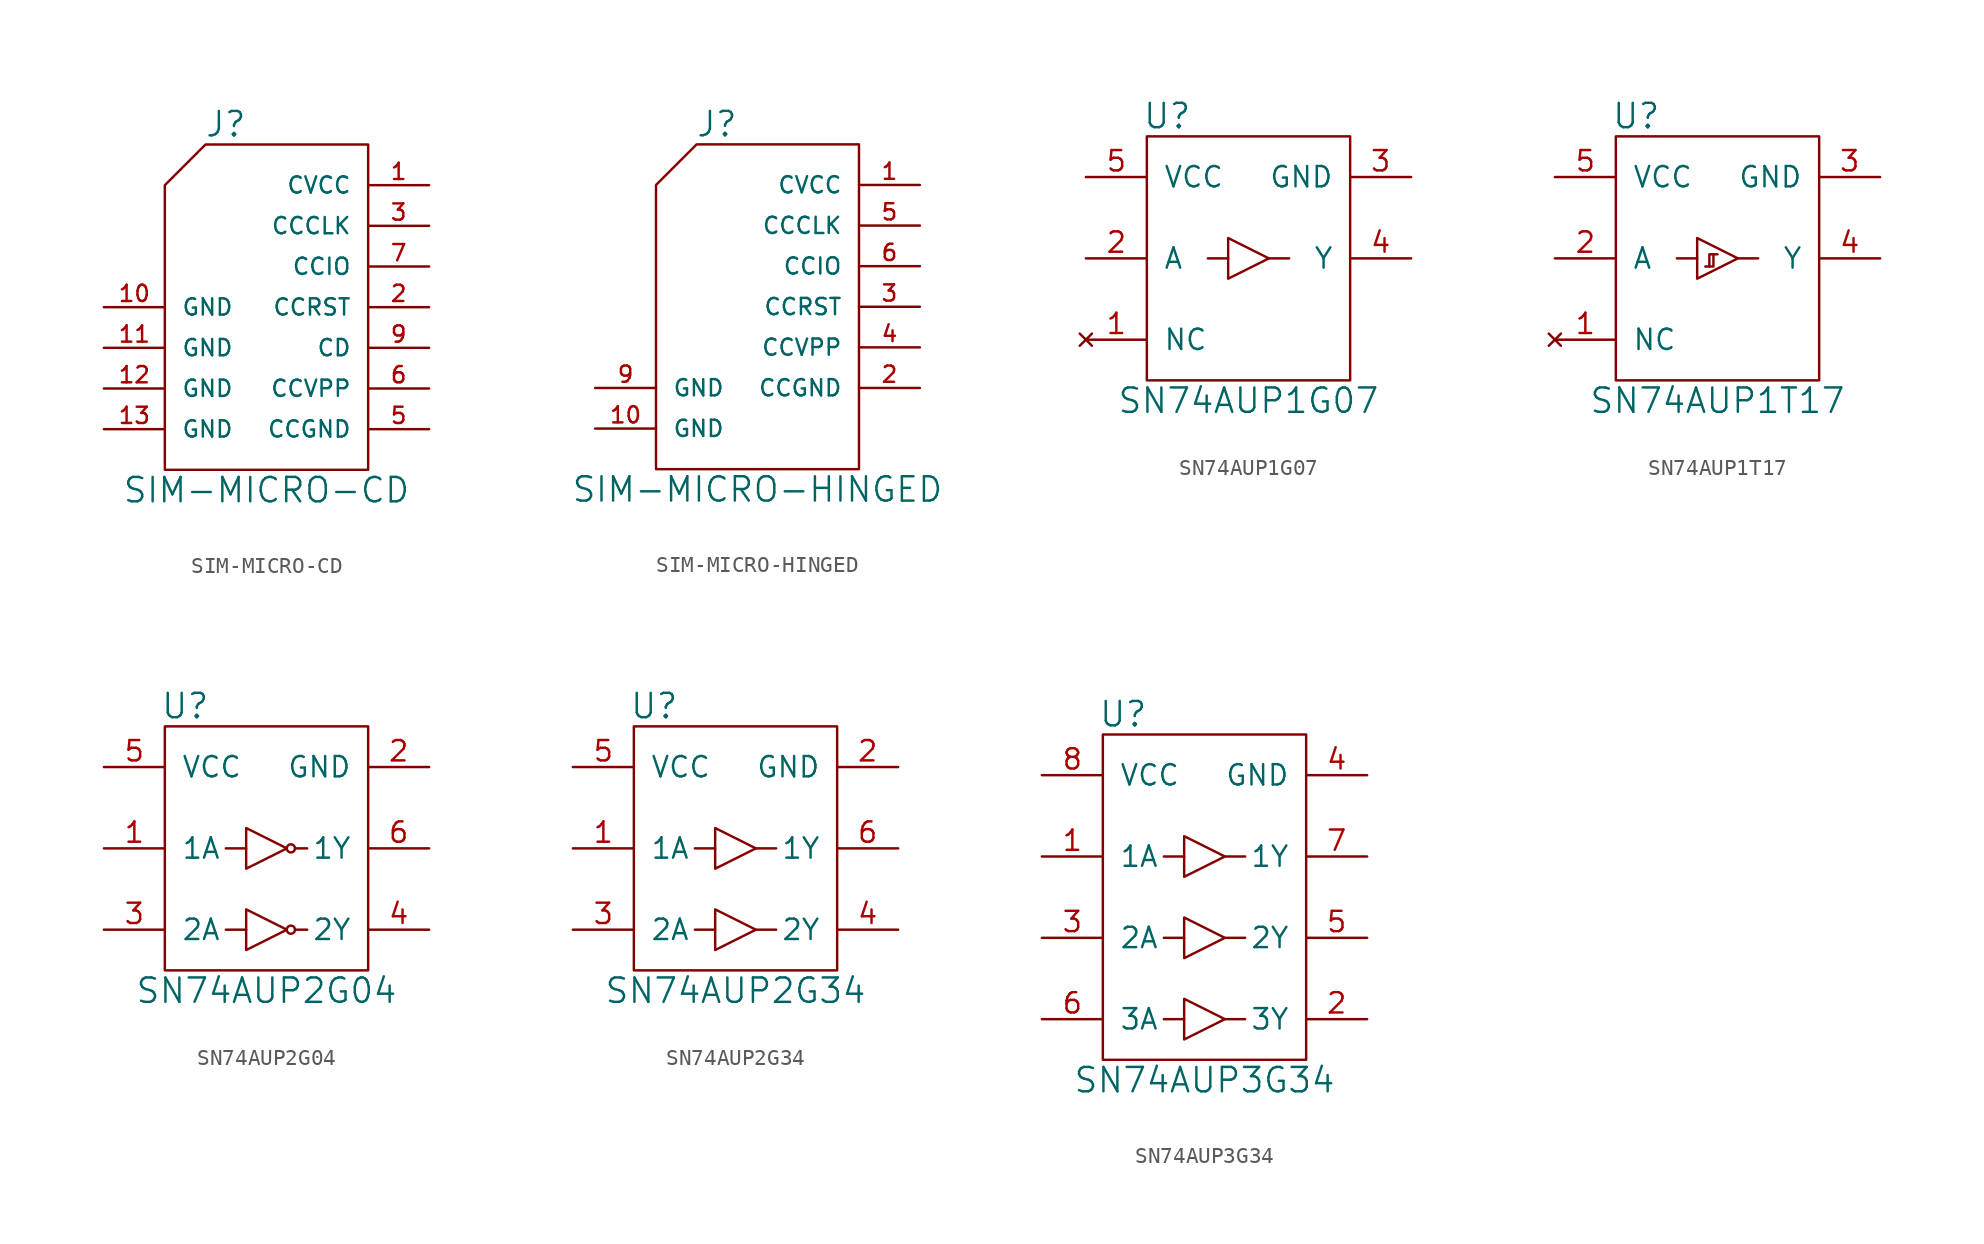
<source format=kicad_sym>
(kicad_symbol_lib
  (version 20211014)
  (generator kicad_symbol_editor)
  (symbol "SIM-MICRO-CD"
    (pin_names
      (offset 1.016))
    (property "Reference" "J"
      (at -2.54 11.43 0)
      (effects (font (size 1.524 1.524))))
    (property "Value" "SIM-MICRO-CD"
      (at 0 -11.43 0)
      (effects (font (size 1.524 1.524))))
    (property "Datasheet" ""
      (at 0 1.27 0)
      (effects (font (size 1.524 1.524))))
    (symbol "SIM-MICRO-CD_0_0"
      (polyline (pts (xy 6.35 10.16) (xy -3.81 10.16) (xy -6.35 7.62) (xy -6.35 -10.16) (xy -3.81 -10.16) (xy 6.35 -10.16) (xy 6.35 10.16)) (stroke (width 0) (type default) (color 0 0 0 0)) (fill (type none))))
    (symbol "SIM-MICRO-CD_1_1"
      (pin input line (at 10.16 7.62 180) (length 3.81) (name "CVCC" (effects (font (size 1.016 1.016)))) (number "1" (effects (font (size 1.016 1.016)))))
      (pin input line (at -10.16 0 0) (length 3.81) (name "GND" (effects (font (size 1.016 1.016)))) (number "10" (effects (font (size 1.016 1.016)))))
      (pin input line (at -10.16 -2.54 0) (length 3.81) (name "GND" (effects (font (size 1.016 1.016)))) (number "11" (effects (font (size 1.016 1.016)))))
      (pin input line (at -10.16 -5.08 0) (length 3.81) (name "GND" (effects (font (size 1.016 1.016)))) (number "12" (effects (font (size 1.016 1.016)))))
      (pin input line (at -10.16 -7.62 0) (length 3.81) (name "GND" (effects (font (size 1.016 1.016)))) (number "13" (effects (font (size 1.016 1.016)))))
      (pin input line (at 10.16 0 180) (length 3.81) (name "CCRST" (effects (font (size 1.016 1.016)))) (number "2" (effects (font (size 1.016 1.016)))))
      (pin input line (at 10.16 5.08 180) (length 3.81) (name "CCCLK" (effects (font (size 1.016 1.016)))) (number "3" (effects (font (size 1.016 1.016)))))
      (pin input line (at 10.16 -7.62 180) (length 3.81) (name "CCGND" (effects (font (size 1.016 1.016)))) (number "5" (effects (font (size 1.016 1.016)))))
      (pin input line (at 10.16 -5.08 180) (length 3.81) (name "CCVPP" (effects (font (size 1.016 1.016)))) (number "6" (effects (font (size 1.016 1.016)))))
      (pin input line (at 10.16 2.54 180) (length 3.81) (name "CCIO" (effects (font (size 1.016 1.016)))) (number "7" (effects (font (size 1.016 1.016)))))
      (pin input line (at 10.16 -2.54 180) (length 3.81) (name "CD" (effects (font (size 1.016 1.016)))) (number "9" (effects (font (size 1.016 1.016)))))))
  (symbol "SIM-MICRO-HINGED"
    (pin_names
      (offset 1.016))
    (property "Reference" "J"
      (at -2.54 11.43 0)
      (effects (font (size 1.524 1.524))))
    (property "Value" "SIM-MICRO-HINGED"
      (at 0 -11.43 0)
      (effects (font (size 1.524 1.524))))
    (property "Datasheet" ""
      (at 0 1.27 0)
      (effects (font (size 1.524 1.524))))
    (symbol "SIM-MICRO-HINGED_0_0"
      (polyline (pts (xy 6.35 10.16) (xy -3.81 10.16) (xy -6.35 7.62) (xy -6.35 -10.16) (xy -3.81 -10.16) (xy 6.35 -10.16) (xy 6.35 10.16)) (stroke (width 0) (type default) (color 0 0 0 0)) (fill (type none))))
    (symbol "SIM-MICRO-HINGED_1_1"
      (pin input line (at 10.16 7.62 180) (length 3.81) (name "CVCC" (effects (font (size 1.016 1.016)))) (number "1" (effects (font (size 1.016 1.016)))))
      (pin input line (at -10.16 -7.62 0) (length 3.81) (name "GND" (effects (font (size 1.016 1.016)))) (number "10" (effects (font (size 1.016 1.016)))))
      (pin input line (at 10.16 -5.08 180) (length 3.81) (name "CCGND" (effects (font (size 1.016 1.016)))) (number "2" (effects (font (size 1.016 1.016)))))
      (pin input line (at 10.16 0 180) (length 3.81) (name "CCRST" (effects (font (size 1.016 1.016)))) (number "3" (effects (font (size 1.016 1.016)))))
      (pin input line (at 10.16 -2.54 180) (length 3.81) (name "CCVPP" (effects (font (size 1.016 1.016)))) (number "4" (effects (font (size 1.016 1.016)))))
      (pin input line (at 10.16 5.08 180) (length 3.81) (name "CCCLK" (effects (font (size 1.016 1.016)))) (number "5" (effects (font (size 1.016 1.016)))))
      (pin input line (at 10.16 2.54 180) (length 3.81) (name "CCIO" (effects (font (size 1.016 1.016)))) (number "6" (effects (font (size 1.016 1.016)))))
      (pin input line (at -10.16 -5.08 0) (length 3.81) (name "GND" (effects (font (size 1.016 1.016)))) (number "9" (effects (font (size 1.016 1.016)))))))
  (symbol "SN74AUP1G07"
    (pin_names
      (offset 1.016))
    (property "Reference" "U"
      (at -5.08 8.89 0)
      (effects (font (size 1.524 1.524))))
    (property "Value" "SN74AUP1G07"
      (at 0 -8.89 0)
      (effects (font (size 1.524 1.524))))
    (property "Datasheet" ""
      (at 1.27 -2.54 0)
      (effects (font (size 1.524 1.524))))
    (symbol "SN74AUP1G07_0_1"
      (rectangle (start -6.35 7.62) (end 6.35 -7.62) (stroke (width 0) (type default) (color 0 0 0 0)) (fill (type none)))
      (polyline (pts (xy -1.27 0) (xy -2.54 0)) (stroke (width 0) (type default) (color 0 0 0 0)) (fill (type none)))
      (polyline (pts (xy 1.27 0) (xy 2.54 0)) (stroke (width 0) (type default) (color 0 0 0 0)) (fill (type none)))
      (polyline (pts (xy -1.27 -1.27) (xy -1.27 1.27) (xy 1.27 0) (xy -1.27 -1.27)) (stroke (width 0) (type default) (color 0 0 0 0)) (fill (type none))))
    (symbol "SN74AUP1G07_1_1"
      (pin no_connect line (at -10.16 -5.08 0) (length 3.81) (name "NC" (effects (font (size 1.27 1.27)))) (number "1" (effects (font (size 1.27 1.27)))))
      (pin input line (at -10.16 0 0) (length 3.81) (name "A" (effects (font (size 1.27 1.27)))) (number "2" (effects (font (size 1.27 1.27)))))
      (pin power_in line (at 10.16 5.08 180) (length 3.81) (name "GND" (effects (font (size 1.27 1.27)))) (number "3" (effects (font (size 1.27 1.27)))))
      (pin output line (at 10.16 0 180) (length 3.81) (name "Y" (effects (font (size 1.27 1.27)))) (number "4" (effects (font (size 1.27 1.27)))))
      (pin power_in line (at -10.16 5.08 0) (length 3.81) (name "VCC" (effects (font (size 1.27 1.27)))) (number "5" (effects (font (size 1.27 1.27)))))))
  (symbol "SN74AUP1T17"
    (pin_names
      (offset 1.016))
    (property "Reference" "U"
      (at -5.08 8.89 0)
      (effects (font (size 1.524 1.524))))
    (property "Value" "SN74AUP1T17"
      (at 0 -8.89 0)
      (effects (font (size 1.524 1.524))))
    (property "Datasheet" ""
      (at 1.27 -2.54 0)
      (effects (font (size 1.524 1.524))))
    (symbol "SN74AUP1T17_0_1"
      (rectangle (start -6.35 7.62) (end 6.35 -7.62) (stroke (width 0) (type default) (color 0 0 0 0)) (fill (type none)))
      (polyline (pts (xy -1.27 0) (xy -2.54 0)) (stroke (width 0) (type default) (color 0 0 0 0)) (fill (type none)))
      (polyline (pts (xy 1.27 0) (xy 2.54 0)) (stroke (width 0) (type default) (color 0 0 0 0)) (fill (type none)))
      (polyline (pts (xy -0.508 -0.508) (xy -0.508 0.254) (xy -0.254 0.254)) (stroke (width 0) (type default) (color 0 0 0 0)) (fill (type none)))
      (polyline (pts (xy -1.27 -1.27) (xy -1.27 1.27) (xy 1.27 0) (xy -1.27 -1.27)) (stroke (width 0) (type default) (color 0 0 0 0)) (fill (type none)))
      (polyline (pts (xy 0 0.254) (xy -0.254 0.254) (xy -0.254 -0.508) (xy -0.762 -0.508)) (stroke (width 0) (type default) (color 0 0 0 0)) (fill (type none))))
    (symbol "SN74AUP1T17_1_1"
      (pin no_connect line (at -10.16 -5.08 0) (length 3.81) (name "NC" (effects (font (size 1.27 1.27)))) (number "1" (effects (font (size 1.27 1.27)))))
      (pin input line (at -10.16 0 0) (length 3.81) (name "A" (effects (font (size 1.27 1.27)))) (number "2" (effects (font (size 1.27 1.27)))))
      (pin power_in line (at 10.16 5.08 180) (length 3.81) (name "GND" (effects (font (size 1.27 1.27)))) (number "3" (effects (font (size 1.27 1.27)))))
      (pin output line (at 10.16 0 180) (length 3.81) (name "Y" (effects (font (size 1.27 1.27)))) (number "4" (effects (font (size 1.27 1.27)))))
      (pin power_in line (at -10.16 5.08 0) (length 3.81) (name "VCC" (effects (font (size 1.27 1.27)))) (number "5" (effects (font (size 1.27 1.27)))))))
  (symbol "SN74AUP2G04"
    (pin_names
      (offset 1.016))
    (property "Reference" "U"
      (at -5.08 8.89 0)
      (effects (font (size 1.524 1.524))))
    (property "Value" "SN74AUP2G04"
      (at 0 -8.89 0)
      (effects (font (size 1.524 1.524))))
    (property "Datasheet" ""
      (at 1.27 -2.54 0)
      (effects (font (size 1.524 1.524))))
    (symbol "SN74AUP2G04_0_1"
      (rectangle (start -6.35 7.62) (end 6.35 -7.62) (stroke (width 0) (type default) (color 0 0 0 0)) (fill (type none)))
      (polyline (pts (xy -1.27 -5.08) (xy -2.54 -5.08)) (stroke (width 0) (type default) (color 0 0 0 0)) (fill (type none)))
      (polyline (pts (xy -1.27 0) (xy -2.54 0)) (stroke (width 0) (type default) (color 0 0 0 0)) (fill (type none)))
      (polyline (pts (xy 1.778 -5.08) (xy 2.54 -5.08)) (stroke (width 0) (type default) (color 0 0 0 0)) (fill (type none)))
      (polyline (pts (xy 1.778 0) (xy 2.54 0)) (stroke (width 0) (type default) (color 0 0 0 0)) (fill (type none)))
      (polyline (pts (xy -1.27 -3.81) (xy -1.27 -6.35) (xy 1.27 -5.08) (xy -1.27 -3.81)) (stroke (width 0) (type default) (color 0 0 0 0)) (fill (type none)))
      (polyline (pts (xy -1.27 -1.27) (xy -1.27 1.27) (xy 1.27 0) (xy -1.27 -1.27)) (stroke (width 0) (type default) (color 0 0 0 0)) (fill (type none)))
      (circle (center 1.524 -5.08) (radius 0.254) (stroke (width 0) (type default) (color 0 0 0 0)) (fill (type none)))
      (circle (center 1.524 0) (radius 0.254) (stroke (width 0) (type default) (color 0 0 0 0)) (fill (type none))))
    (symbol "SN74AUP2G04_1_1"
      (pin input line (at -10.16 0 0) (length 3.81) (name "1A" (effects (font (size 1.27 1.27)))) (number "1" (effects (font (size 1.27 1.27)))))
      (pin power_in line (at 10.16 5.08 180) (length 3.81) (name "GND" (effects (font (size 1.27 1.27)))) (number "2" (effects (font (size 1.27 1.27)))))
      (pin input line (at -10.16 -5.08 0) (length 3.81) (name "2A" (effects (font (size 1.27 1.27)))) (number "3" (effects (font (size 1.27 1.27)))))
      (pin output line (at 10.16 -5.08 180) (length 3.81) (name "2Y" (effects (font (size 1.27 1.27)))) (number "4" (effects (font (size 1.27 1.27)))))
      (pin power_in line (at -10.16 5.08 0) (length 3.81) (name "VCC" (effects (font (size 1.27 1.27)))) (number "5" (effects (font (size 1.27 1.27)))))
      (pin output line (at 10.16 0 180) (length 3.81) (name "1Y" (effects (font (size 1.27 1.27)))) (number "6" (effects (font (size 1.27 1.27)))))))
  (symbol "SN74AUP2G34"
    (pin_names
      (offset 1.016))
    (property "Reference" "U"
      (at -5.08 8.89 0)
      (effects (font (size 1.524 1.524))))
    (property "Value" "SN74AUP2G34"
      (at 0 -8.89 0)
      (effects (font (size 1.524 1.524))))
    (property "Datasheet" ""
      (at 1.27 -2.54 0)
      (effects (font (size 1.524 1.524))))
    (symbol "SN74AUP2G34_0_1"
      (rectangle (start -6.35 7.62) (end 6.35 -7.62) (stroke (width 0) (type default) (color 0 0 0 0)) (fill (type none)))
      (polyline (pts (xy -1.27 -5.08) (xy -2.54 -5.08)) (stroke (width 0) (type default) (color 0 0 0 0)) (fill (type none)))
      (polyline (pts (xy -1.27 0) (xy -2.54 0)) (stroke (width 0) (type default) (color 0 0 0 0)) (fill (type none)))
      (polyline (pts (xy 1.27 -5.08) (xy 2.54 -5.08)) (stroke (width 0) (type default) (color 0 0 0 0)) (fill (type none)))
      (polyline (pts (xy 1.27 0) (xy 2.54 0)) (stroke (width 0) (type default) (color 0 0 0 0)) (fill (type none)))
      (polyline (pts (xy -1.27 -3.81) (xy -1.27 -6.35) (xy 1.27 -5.08) (xy -1.27 -3.81)) (stroke (width 0) (type default) (color 0 0 0 0)) (fill (type none)))
      (polyline (pts (xy -1.27 -1.27) (xy -1.27 1.27) (xy 1.27 0) (xy -1.27 -1.27)) (stroke (width 0) (type default) (color 0 0 0 0)) (fill (type none))))
    (symbol "SN74AUP2G34_1_1"
      (pin input line (at -10.16 0 0) (length 3.81) (name "1A" (effects (font (size 1.27 1.27)))) (number "1" (effects (font (size 1.27 1.27)))))
      (pin power_in line (at 10.16 5.08 180) (length 3.81) (name "GND" (effects (font (size 1.27 1.27)))) (number "2" (effects (font (size 1.27 1.27)))))
      (pin input line (at -10.16 -5.08 0) (length 3.81) (name "2A" (effects (font (size 1.27 1.27)))) (number "3" (effects (font (size 1.27 1.27)))))
      (pin output line (at 10.16 -5.08 180) (length 3.81) (name "2Y" (effects (font (size 1.27 1.27)))) (number "4" (effects (font (size 1.27 1.27)))))
      (pin power_in line (at -10.16 5.08 0) (length 3.81) (name "VCC" (effects (font (size 1.27 1.27)))) (number "5" (effects (font (size 1.27 1.27)))))
      (pin output line (at 10.16 0 180) (length 3.81) (name "1Y" (effects (font (size 1.27 1.27)))) (number "6" (effects (font (size 1.27 1.27)))))))
  (symbol "SN74AUP3G34"
    (pin_names
      (offset 1.016))
    (property "Reference" "U"
      (at -5.08 11.43 0)
      (effects (font (size 1.524 1.524))))
    (property "Value" "SN74AUP3G34"
      (at 0 -11.43 0)
      (effects (font (size 1.524 1.524))))
    (property "Datasheet" ""
      (at 1.27 0 0)
      (effects (font (size 1.524 1.524))))
    (symbol "SN74AUP3G34_0_1"
      (rectangle (start -6.35 10.16) (end 6.35 -10.16) (stroke (width 0) (type default) (color 0 0 0 0)) (fill (type none)))
      (polyline (pts (xy -1.27 -7.62) (xy -2.54 -7.62)) (stroke (width 0) (type default) (color 0 0 0 0)) (fill (type none)))
      (polyline (pts (xy -1.27 -2.54) (xy -2.54 -2.54)) (stroke (width 0) (type default) (color 0 0 0 0)) (fill (type none)))
      (polyline (pts (xy -1.27 2.54) (xy -2.54 2.54)) (stroke (width 0) (type default) (color 0 0 0 0)) (fill (type none)))
      (polyline (pts (xy 1.27 -7.62) (xy 2.54 -7.62)) (stroke (width 0) (type default) (color 0 0 0 0)) (fill (type none)))
      (polyline (pts (xy 1.27 -2.54) (xy 2.54 -2.54)) (stroke (width 0) (type default) (color 0 0 0 0)) (fill (type none)))
      (polyline (pts (xy 1.27 2.54) (xy 2.54 2.54)) (stroke (width 0) (type default) (color 0 0 0 0)) (fill (type none)))
      (polyline (pts (xy -1.27 -6.35) (xy -1.27 -8.89) (xy 1.27 -7.62) (xy -1.27 -6.35)) (stroke (width 0) (type default) (color 0 0 0 0)) (fill (type none)))
      (polyline (pts (xy -1.27 -1.27) (xy -1.27 -3.81) (xy 1.27 -2.54) (xy -1.27 -1.27)) (stroke (width 0) (type default) (color 0 0 0 0)) (fill (type none)))
      (polyline (pts (xy -1.27 1.27) (xy -1.27 3.81) (xy 1.27 2.54) (xy -1.27 1.27)) (stroke (width 0) (type default) (color 0 0 0 0)) (fill (type none))))
    (symbol "SN74AUP3G34_1_1"
      (pin input line (at -10.16 2.54 0) (length 3.81) (name "1A" (effects (font (size 1.27 1.27)))) (number "1" (effects (font (size 1.27 1.27)))))
      (pin output line (at 10.16 -7.62 180) (length 3.81) (name "3Y" (effects (font (size 1.27 1.27)))) (number "2" (effects (font (size 1.27 1.27)))))
      (pin input line (at -10.16 -2.54 0) (length 3.81) (name "2A" (effects (font (size 1.27 1.27)))) (number "3" (effects (font (size 1.27 1.27)))))
      (pin power_in line (at 10.16 7.62 180) (length 3.81) (name "GND" (effects (font (size 1.27 1.27)))) (number "4" (effects (font (size 1.27 1.27)))))
      (pin output line (at 10.16 -2.54 180) (length 3.81) (name "2Y" (effects (font (size 1.27 1.27)))) (number "5" (effects (font (size 1.27 1.27)))))
      (pin input line (at -10.16 -7.62 0) (length 3.81) (name "3A" (effects (font (size 1.27 1.27)))) (number "6" (effects (font (size 1.27 1.27)))))
      (pin output line (at 10.16 2.54 180) (length 3.81) (name "1Y" (effects (font (size 1.27 1.27)))) (number "7" (effects (font (size 1.27 1.27)))))
      (pin power_in line (at -10.16 7.62 0) (length 3.81) (name "VCC" (effects (font (size 1.27 1.27)))) (number "8" (effects (font (size 1.27 1.27))))))))
</source>
